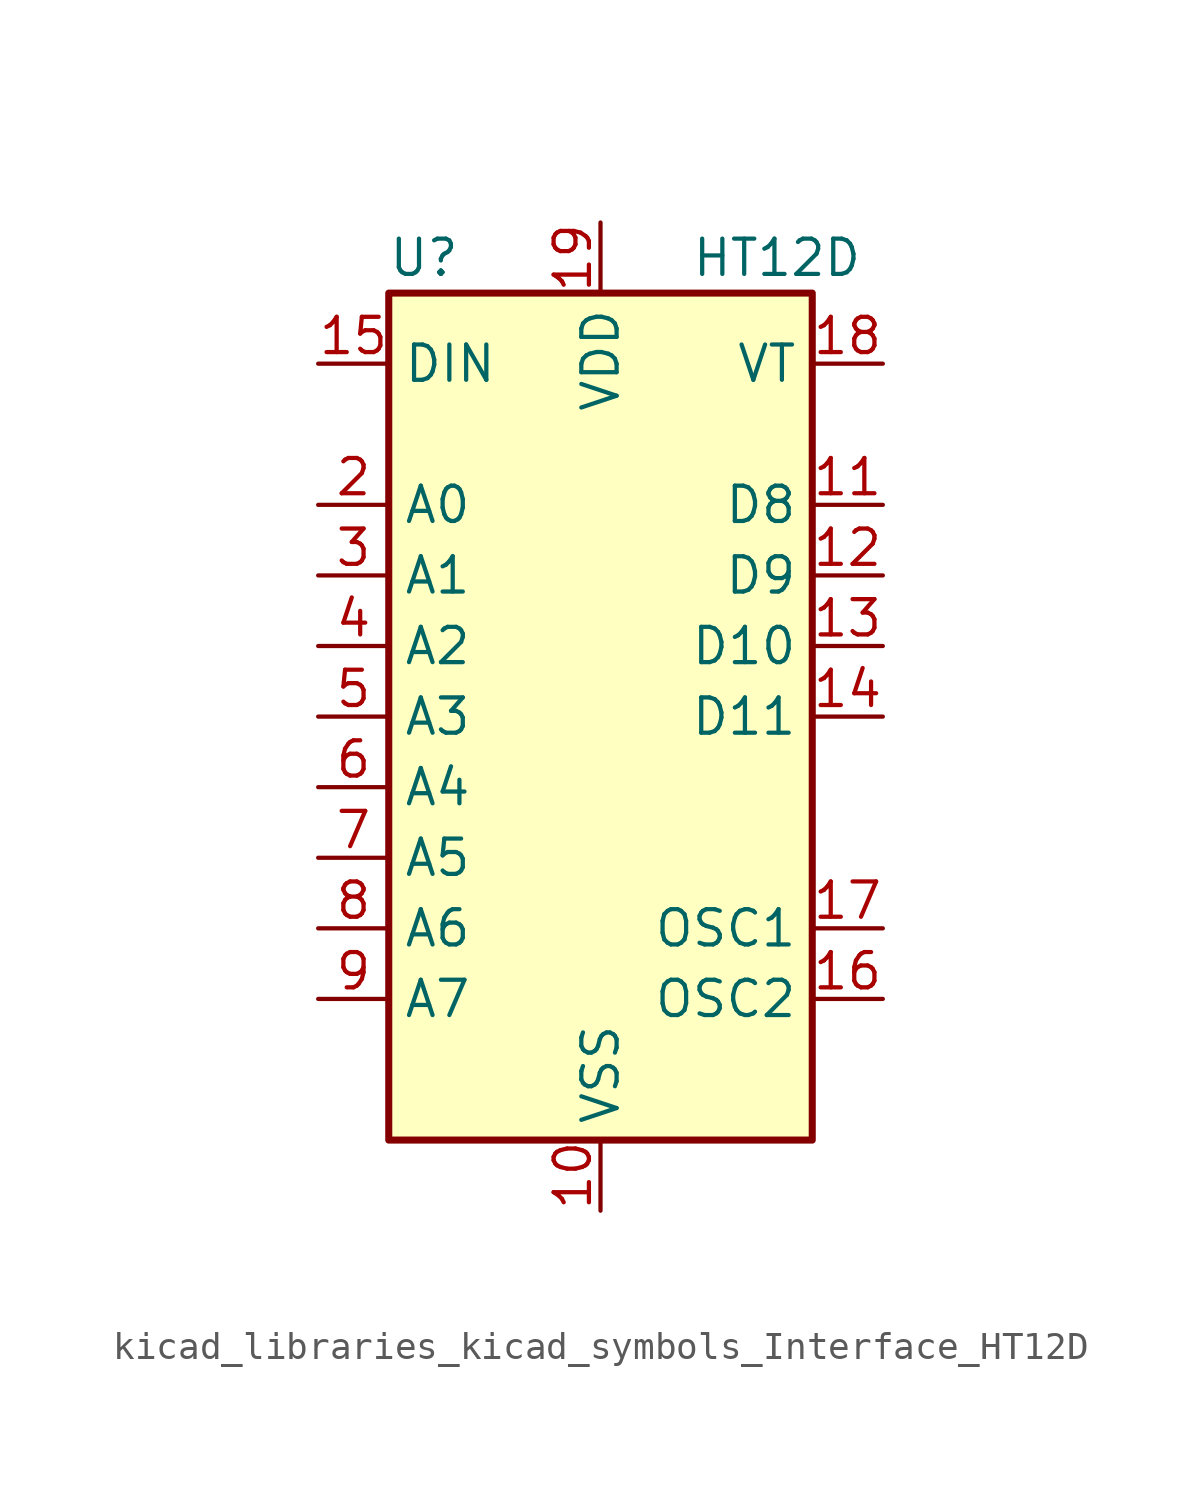
<source format=kicad_sym>
(kicad_symbol_lib
  (version 20220914)
  (generator kicad_symbol_editor)
  (symbol "kicad_libraries_kicad_symbols_Interface_HT12D"
    (property "Reference" "U"
      (at -6.35 16.51 0)
      (effects (font (size 1.27 1.27))))
    (property "Value" "HT12D"
      (at 6.35 16.51 0)
      (effects (font (size 1.27 1.27))))
    (symbol "kicad_libraries_kicad_symbols_Interface_HT12D_1_1"
      (rectangle (start -7.62 15.24) (end 7.62 -15.24) (stroke (width 0.254) (type default)) (fill (type background)))
      (pin no_connect line (at 7.62 -2.54 180) (length 2.54) hide (name "NC" (effects (font (size 1.27 1.27)))) (number "1" (effects (font (size 1.27 1.27)))))
      (pin power_in line (at 0 -17.78 90) (length 2.54) (name "VSS" (effects (font (size 1.27 1.27)))) (number "10" (effects (font (size 1.27 1.27)))))
      (pin output line (at 10.16 7.62 180) (length 2.54) (name "D8" (effects (font (size 1.27 1.27)))) (number "11" (effects (font (size 1.27 1.27)))))
      (pin output line (at 10.16 5.08 180) (length 2.54) (name "D9" (effects (font (size 1.27 1.27)))) (number "12" (effects (font (size 1.27 1.27)))))
      (pin output line (at 10.16 2.54 180) (length 2.54) (name "D10" (effects (font (size 1.27 1.27)))) (number "13" (effects (font (size 1.27 1.27)))))
      (pin output line (at 10.16 0 180) (length 2.54) (name "D11" (effects (font (size 1.27 1.27)))) (number "14" (effects (font (size 1.27 1.27)))))
      (pin input line (at -10.16 12.7 0) (length 2.54) (name "DIN" (effects (font (size 1.27 1.27)))) (number "15" (effects (font (size 1.27 1.27)))))
      (pin output line (at 10.16 -10.16 180) (length 2.54) (name "OSC2" (effects (font (size 1.27 1.27)))) (number "16" (effects (font (size 1.27 1.27)))))
      (pin input line (at 10.16 -7.62 180) (length 2.54) (name "OSC1" (effects (font (size 1.27 1.27)))) (number "17" (effects (font (size 1.27 1.27)))))
      (pin output line (at 10.16 12.7 180) (length 2.54) (name "VT" (effects (font (size 1.27 1.27)))) (number "18" (effects (font (size 1.27 1.27)))))
      (pin power_in line (at 0 17.78 270) (length 2.54) (name "VDD" (effects (font (size 1.27 1.27)))) (number "19" (effects (font (size 1.27 1.27)))))
      (pin input line (at -10.16 7.62 0) (length 2.54) (name "A0" (effects (font (size 1.27 1.27)))) (number "2" (effects (font (size 1.27 1.27)))))
      (pin no_connect line (at 7.62 -5.08 180) (length 2.54) hide (name "NC" (effects (font (size 1.27 1.27)))) (number "20" (effects (font (size 1.27 1.27)))))
      (pin input line (at -10.16 5.08 0) (length 2.54) (name "A1" (effects (font (size 1.27 1.27)))) (number "3" (effects (font (size 1.27 1.27)))))
      (pin input line (at -10.16 2.54 0) (length 2.54) (name "A2" (effects (font (size 1.27 1.27)))) (number "4" (effects (font (size 1.27 1.27)))))
      (pin input line (at -10.16 0 0) (length 2.54) (name "A3" (effects (font (size 1.27 1.27)))) (number "5" (effects (font (size 1.27 1.27)))))
      (pin input line (at -10.16 -2.54 0) (length 2.54) (name "A4" (effects (font (size 1.27 1.27)))) (number "6" (effects (font (size 1.27 1.27)))))
      (pin input line (at -10.16 -5.08 0) (length 2.54) (name "A5" (effects (font (size 1.27 1.27)))) (number "7" (effects (font (size 1.27 1.27)))))
      (pin input line (at -10.16 -7.62 0) (length 2.54) (name "A6" (effects (font (size 1.27 1.27)))) (number "8" (effects (font (size 1.27 1.27)))))
      (pin input line (at -10.16 -10.16 0) (length 2.54) (name "A7" (effects (font (size 1.27 1.27)))) (number "9" (effects (font (size 1.27 1.27))))))))
</source>
